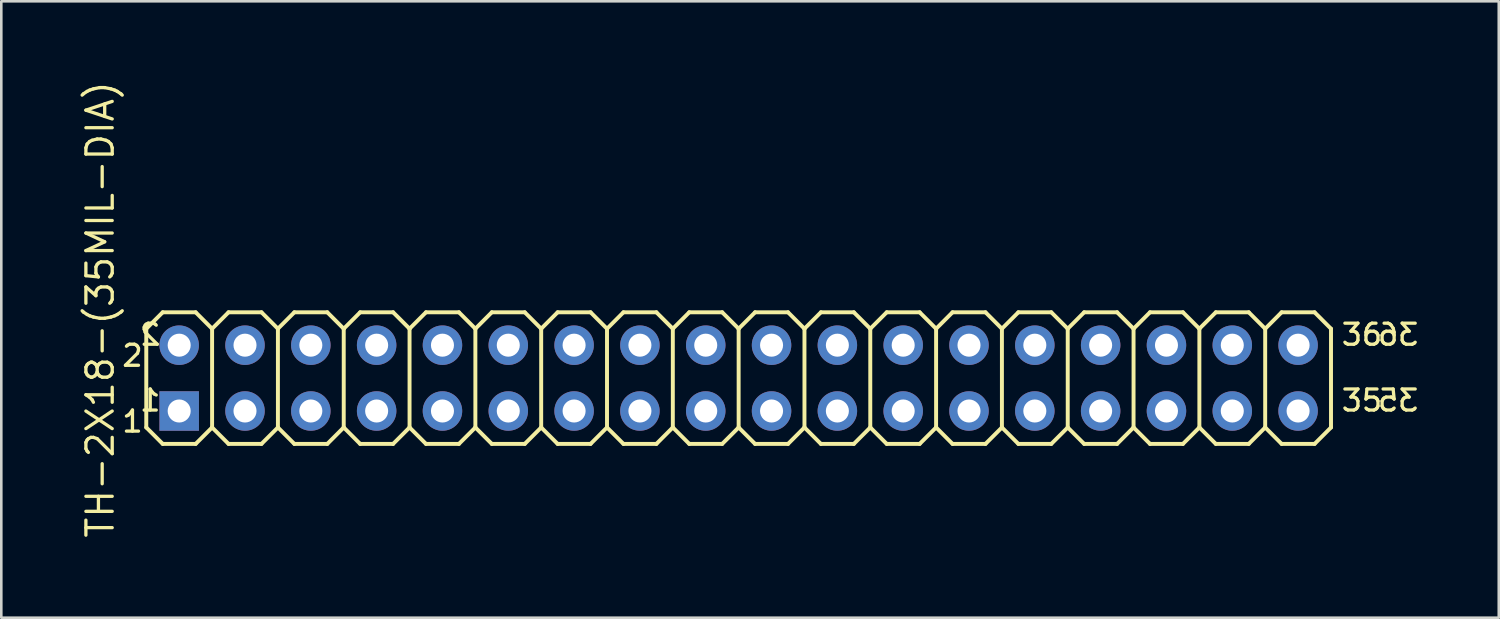
<source format=kicad_pcb>
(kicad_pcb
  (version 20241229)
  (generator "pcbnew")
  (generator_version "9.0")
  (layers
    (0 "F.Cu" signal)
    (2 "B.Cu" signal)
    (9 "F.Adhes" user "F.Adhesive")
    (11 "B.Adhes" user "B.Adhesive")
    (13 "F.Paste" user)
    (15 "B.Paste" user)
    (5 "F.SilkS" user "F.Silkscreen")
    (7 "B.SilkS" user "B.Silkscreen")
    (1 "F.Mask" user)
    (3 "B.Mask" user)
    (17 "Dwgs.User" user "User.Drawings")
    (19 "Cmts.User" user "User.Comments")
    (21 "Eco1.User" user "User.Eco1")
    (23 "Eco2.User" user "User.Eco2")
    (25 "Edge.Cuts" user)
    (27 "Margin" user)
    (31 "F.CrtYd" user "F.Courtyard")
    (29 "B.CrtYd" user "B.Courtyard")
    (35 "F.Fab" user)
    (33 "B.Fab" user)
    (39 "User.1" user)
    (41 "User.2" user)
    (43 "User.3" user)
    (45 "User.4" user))
  (footprint "TH-2X18-(35MIL-DIA)"
    (layer "F.Cu")
    (at 25.455 11.541)
    (property "Reference" "TH-2X18-(35MIL-DIA)" (at -24.638 -2.647 90) (layer "F.SilkS") (effects (font (size 1.016 1.016) (thickness 0.127))))
    (attr exclude_from_pos_files exclude_from_bom)
    (fp_line (start -22.86 -1.905) (end -22.225 -2.54) (stroke (width 0.152) (type solid)) (layer "F.SilkS"))
    (fp_line (start -22.86 1.905) (end -22.86 -1.905) (stroke (width 0.152) (type solid)) (layer "F.SilkS"))
    (fp_line (start -22.86 1.905) (end -22.225 2.54) (stroke (width 0.152) (type solid)) (layer "F.SilkS"))
    (fp_line (start -22.225 -2.54) (end -20.955 -2.54) (stroke (width 0.152) (type solid)) (layer "F.SilkS"))
    (fp_line (start -22.225 2.54) (end -20.955 2.54) (stroke (width 0.152) (type solid)) (layer "F.SilkS"))
    (fp_line (start -20.955 -2.54) (end -20.32 -1.905) (stroke (width 0.152) (type solid)) (layer "F.SilkS"))
    (fp_line (start -20.955 2.54) (end -20.32 1.905) (stroke (width 0.152) (type solid)) (layer "F.SilkS"))
    (fp_line (start -20.32 -1.905) (end -20.32 1.905) (stroke (width 0.152) (type solid)) (layer "F.SilkS"))
    (fp_line (start -20.32 -1.905) (end -19.685 -2.54) (stroke (width 0.152) (type solid)) (layer "F.SilkS"))
    (fp_line (start -20.32 1.905) (end -19.685 2.54) (stroke (width 0.152) (type solid)) (layer "F.SilkS"))
    (fp_line (start -19.685 -2.54) (end -18.415 -2.54) (stroke (width 0.152) (type solid)) (layer "F.SilkS"))
    (fp_line (start -19.685 2.54) (end -18.415 2.54) (stroke (width 0.152) (type solid)) (layer "F.SilkS"))
    (fp_line (start -18.415 -2.54) (end -17.78 -1.905) (stroke (width 0.152) (type solid)) (layer "F.SilkS"))
    (fp_line (start -18.415 2.54) (end -17.78 1.905) (stroke (width 0.152) (type solid)) (layer "F.SilkS"))
    (fp_line (start -17.78 -1.905) (end -17.78 1.905) (stroke (width 0.152) (type solid)) (layer "F.SilkS"))
    (fp_line (start -17.78 -1.905) (end -17.145 -2.54) (stroke (width 0.152) (type solid)) (layer "F.SilkS"))
    (fp_line (start -17.78 1.905) (end -17.145 2.54) (stroke (width 0.152) (type solid)) (layer "F.SilkS"))
    (fp_line (start -17.145 -2.54) (end -15.875 -2.54) (stroke (width 0.152) (type solid)) (layer "F.SilkS"))
    (fp_line (start -17.145 2.54) (end -15.875 2.54) (stroke (width 0.152) (type solid)) (layer "F.SilkS"))
    (fp_line (start -15.875 -2.54) (end -15.24 -1.905) (stroke (width 0.152) (type solid)) (layer "F.SilkS"))
    (fp_line (start -15.875 2.54) (end -15.24 1.905) (stroke (width 0.152) (type solid)) (layer "F.SilkS"))
    (fp_line (start -15.24 -1.905) (end -15.24 1.905) (stroke (width 0.152) (type solid)) (layer "F.SilkS"))
    (fp_line (start -15.24 -1.905) (end -14.605 -2.54) (stroke (width 0.152) (type solid)) (layer "F.SilkS"))
    (fp_line (start -15.24 1.905) (end -14.605 2.54) (stroke (width 0.152) (type solid)) (layer "F.SilkS"))
    (fp_line (start -14.605 -2.54) (end -13.335 -2.54) (stroke (width 0.152) (type solid)) (layer "F.SilkS"))
    (fp_line (start -14.605 2.54) (end -13.335 2.54) (stroke (width 0.152) (type solid)) (layer "F.SilkS"))
    (fp_line (start -13.335 -2.54) (end -12.7 -1.905) (stroke (width 0.152) (type solid)) (layer "F.SilkS"))
    (fp_line (start -13.335 2.54) (end -12.7 1.905) (stroke (width 0.152) (type solid)) (layer "F.SilkS"))
    (fp_line (start -12.7 -1.905) (end -12.7 1.905) (stroke (width 0.152) (type solid)) (layer "F.SilkS"))
    (fp_line (start -12.7 -1.905) (end -12.065 -2.54) (stroke (width 0.152) (type solid)) (layer "F.SilkS"))
    (fp_line (start -12.7 1.905) (end -12.065 2.54) (stroke (width 0.152) (type solid)) (layer "F.SilkS"))
    (fp_line (start -12.065 -2.54) (end -10.795 -2.54) (stroke (width 0.152) (type solid)) (layer "F.SilkS"))
    (fp_line (start -12.065 2.54) (end -10.795 2.54) (stroke (width 0.152) (type solid)) (layer "F.SilkS"))
    (fp_line (start -10.795 -2.54) (end -10.16 -1.905) (stroke (width 0.152) (type solid)) (layer "F.SilkS"))
    (fp_line (start -10.795 2.54) (end -10.16 1.905) (stroke (width 0.152) (type solid)) (layer "F.SilkS"))
    (fp_line (start -10.16 -1.905) (end -10.16 1.905) (stroke (width 0.152) (type solid)) (layer "F.SilkS"))
    (fp_line (start -10.16 -1.905) (end -9.525 -2.54) (stroke (width 0.152) (type solid)) (layer "F.SilkS"))
    (fp_line (start -10.16 1.905) (end -9.525 2.54) (stroke (width 0.152) (type solid)) (layer "F.SilkS"))
    (fp_line (start -9.525 -2.54) (end -8.255 -2.54) (stroke (width 0.152) (type solid)) (layer "F.SilkS"))
    (fp_line (start -9.525 2.54) (end -8.255 2.54) (stroke (width 0.152) (type solid)) (layer "F.SilkS"))
    (fp_line (start -8.255 -2.54) (end -7.62 -1.905) (stroke (width 0.152) (type solid)) (layer "F.SilkS"))
    (fp_line (start -8.255 2.54) (end -7.62 1.905) (stroke (width 0.152) (type solid)) (layer "F.SilkS"))
    (fp_line (start -7.62 -1.905) (end -7.62 1.905) (stroke (width 0.152) (type solid)) (layer "F.SilkS"))
    (fp_line (start -7.62 -1.905) (end -6.985 -2.54) (stroke (width 0.152) (type solid)) (layer "F.SilkS"))
    (fp_line (start -7.62 1.905) (end -6.985 2.54) (stroke (width 0.152) (type solid)) (layer "F.SilkS"))
    (fp_line (start -6.985 -2.54) (end -5.715 -2.54) (stroke (width 0.152) (type solid)) (layer "F.SilkS"))
    (fp_line (start -5.715 -2.54) (end -5.08 -1.905) (stroke (width 0.152) (type solid)) (layer "F.SilkS"))
    (fp_line (start -5.715 2.54) (end -6.985 2.54) (stroke (width 0.152) (type solid)) (layer "F.SilkS"))
    (fp_line (start -5.08 -1.905) (end -5.08 1.905) (stroke (width 0.152) (type solid)) (layer "F.SilkS"))
    (fp_line (start -5.08 -1.905) (end -4.445 -2.54) (stroke (width 0.152) (type solid)) (layer "F.SilkS"))
    (fp_line (start -5.08 1.905) (end -5.715 2.54) (stroke (width 0.152) (type solid)) (layer "F.SilkS"))
    (fp_line (start -5.08 1.905) (end -4.445 2.54) (stroke (width 0.152) (type solid)) (layer "F.SilkS"))
    (fp_line (start -4.445 -2.54) (end -3.175 -2.54) (stroke (width 0.152) (type solid)) (layer "F.SilkS"))
    (fp_line (start -3.175 -2.54) (end -2.54 -1.905) (stroke (width 0.152) (type solid)) (layer "F.SilkS"))
    (fp_line (start -3.175 2.54) (end -4.445 2.54) (stroke (width 0.152) (type solid)) (layer "F.SilkS"))
    (fp_line (start -2.54 -1.905) (end -2.54 1.905) (stroke (width 0.152) (type solid)) (layer "F.SilkS"))
    (fp_line (start -2.54 -1.905) (end -1.905 -2.54) (stroke (width 0.152) (type solid)) (layer "F.SilkS"))
    (fp_line (start -2.54 1.905) (end -3.175 2.54) (stroke (width 0.152) (type solid)) (layer "F.SilkS"))
    (fp_line (start -2.54 1.905) (end -1.905 2.54) (stroke (width 0.152) (type solid)) (layer "F.SilkS"))
    (fp_line (start -1.905 -2.54) (end -0.635 -2.54) (stroke (width 0.152) (type solid)) (layer "F.SilkS"))
    (fp_line (start -0.635 -2.54) (end 0 -1.905) (stroke (width 0.152) (type solid)) (layer "F.SilkS"))
    (fp_line (start -0.635 2.54) (end -1.905 2.54) (stroke (width 0.152) (type solid)) (layer "F.SilkS"))
    (fp_line (start 0 -1.905) (end 0 1.905) (stroke (width 0.152) (type solid)) (layer "F.SilkS"))
    (fp_line (start 0 -1.905) (end 0.635 -2.54) (stroke (width 0.152) (type solid)) (layer "F.SilkS"))
    (fp_line (start 0 1.905) (end -0.635 2.54) (stroke (width 0.152) (type solid)) (layer "F.SilkS"))
    (fp_line (start 0 1.905) (end 0.635 2.54) (stroke (width 0.152) (type solid)) (layer "F.SilkS"))
    (fp_line (start 0.635 -2.54) (end 1.905 -2.54) (stroke (width 0.152) (type solid)) (layer "F.SilkS"))
    (fp_line (start 1.905 -2.54) (end 2.54 -1.905) (stroke (width 0.152) (type solid)) (layer "F.SilkS"))
    (fp_line (start 1.905 2.54) (end 0.635 2.54) (stroke (width 0.152) (type solid)) (layer "F.SilkS"))
    (fp_line (start 2.54 -1.905) (end 2.54 1.905) (stroke (width 0.152) (type solid)) (layer "F.SilkS"))
    (fp_line (start 2.54 -1.905) (end 3.175 -2.54) (stroke (width 0.152) (type solid)) (layer "F.SilkS"))
    (fp_line (start 2.54 1.905) (end 1.905 2.54) (stroke (width 0.152) (type solid)) (layer "F.SilkS"))
    (fp_line (start 2.54 1.905) (end 3.175 2.54) (stroke (width 0.152) (type solid)) (layer "F.SilkS"))
    (fp_line (start 3.175 -2.54) (end 4.445 -2.54) (stroke (width 0.152) (type solid)) (layer "F.SilkS"))
    (fp_line (start 4.445 -2.54) (end 5.08 -1.905) (stroke (width 0.152) (type solid)) (layer "F.SilkS"))
    (fp_line (start 4.445 2.54) (end 3.175 2.54) (stroke (width 0.152) (type solid)) (layer "F.SilkS"))
    (fp_line (start 5.08 -1.905) (end 5.08 1.905) (stroke (width 0.152) (type solid)) (layer "F.SilkS"))
    (fp_line (start 5.08 -1.905) (end 5.715 -2.54) (stroke (width 0.152) (type solid)) (layer "F.SilkS"))
    (fp_line (start 5.08 1.905) (end 4.445 2.54) (stroke (width 0.152) (type solid)) (layer "F.SilkS"))
    (fp_line (start 5.08 1.905) (end 5.715 2.54) (stroke (width 0.152) (type solid)) (layer "F.SilkS"))
    (fp_line (start 5.715 -2.54) (end 6.985 -2.54) (stroke (width 0.152) (type solid)) (layer "F.SilkS"))
    (fp_line (start 6.985 2.54) (end 5.715 2.54) (stroke (width 0.152) (type solid)) (layer "F.SilkS"))
    (fp_line (start 7.62 -1.905) (end 6.985 -2.54) (stroke (width 0.152) (type solid)) (layer "F.SilkS"))
    (fp_line (start 7.62 -1.905) (end 7.62 1.905) (stroke (width 0.152) (type solid)) (layer "F.SilkS"))
    (fp_line (start 7.62 -1.905) (end 8.255 -2.54) (stroke (width 0.152) (type solid)) (layer "F.SilkS"))
    (fp_line (start 7.62 1.905) (end 6.985 2.54) (stroke (width 0.152) (type solid)) (layer "F.SilkS"))
    (fp_line (start 7.62 1.905) (end 8.255 2.54) (stroke (width 0.152) (type solid)) (layer "F.SilkS"))
    (fp_line (start 9.525 -2.54) (end 8.255 -2.54) (stroke (width 0.152) (type solid)) (layer "F.SilkS"))
    (fp_line (start 9.525 -2.54) (end 10.16 -1.905) (stroke (width 0.152) (type solid)) (layer "F.SilkS"))
    (fp_line (start 9.525 2.54) (end 8.255 2.54) (stroke (width 0.152) (type solid)) (layer "F.SilkS"))
    (fp_line (start 10.16 -1.905) (end 10.16 1.905) (stroke (width 0.152) (type solid)) (layer "F.SilkS"))
    (fp_line (start 10.16 -1.905) (end 10.795 -2.54) (stroke (width 0.152) (type solid)) (layer "F.SilkS"))
    (fp_line (start 10.16 1.905) (end 9.525 2.54) (stroke (width 0.152) (type solid)) (layer "F.SilkS"))
    (fp_line (start 10.16 1.905) (end 10.795 2.54) (stroke (width 0.152) (type solid)) (layer "F.SilkS"))
    (fp_line (start 12.065 -2.54) (end 10.795 -2.54) (stroke (width 0.152) (type solid)) (layer "F.SilkS"))
    (fp_line (start 12.065 -2.54) (end 12.7 -1.905) (stroke (width 0.152) (type solid)) (layer "F.SilkS"))
    (fp_line (start 12.065 2.54) (end 10.795 2.54) (stroke (width 0.152) (type solid)) (layer "F.SilkS"))
    (fp_line (start 12.7 -1.905) (end 12.7 1.905) (stroke (width 0.152) (type solid)) (layer "F.SilkS"))
    (fp_line (start 12.7 -1.905) (end 13.335 -2.54) (stroke (width 0.152) (type solid)) (layer "F.SilkS"))
    (fp_line (start 12.7 1.905) (end 12.065 2.54) (stroke (width 0.152) (type solid)) (layer "F.SilkS"))
    (fp_line (start 13.335 2.54) (end 12.7 1.905) (stroke (width 0.152) (type solid)) (layer "F.SilkS"))
    (fp_line (start 13.335 2.54) (end 14.605 2.54) (stroke (width 0.152) (type solid)) (layer "F.SilkS"))
    (fp_line (start 14.605 -2.54) (end 13.335 -2.54) (stroke (width 0.152) (type solid)) (layer "F.SilkS"))
    (fp_line (start 14.605 -2.54) (end 15.24 -1.905) (stroke (width 0.152) (type solid)) (layer "F.SilkS"))
    (fp_line (start 15.24 -1.905) (end 15.24 1.905) (stroke (width 0.152) (type solid)) (layer "F.SilkS"))
    (fp_line (start 15.24 -1.905) (end 15.875 -2.54) (stroke (width 0.152) (type solid)) (layer "F.SilkS"))
    (fp_line (start 15.24 1.905) (end 14.605 2.54) (stroke (width 0.152) (type solid)) (layer "F.SilkS"))
    (fp_line (start 15.875 2.54) (end 15.24 1.905) (stroke (width 0.152) (type solid)) (layer "F.SilkS"))
    (fp_line (start 15.875 2.54) (end 17.145 2.54) (stroke (width 0.152) (type solid)) (layer "F.SilkS"))
    (fp_line (start 17.145 -2.54) (end 15.875 -2.54) (stroke (width 0.152) (type solid)) (layer "F.SilkS"))
    (fp_line (start 17.145 -2.54) (end 17.78 -1.905) (stroke (width 0.152) (type solid)) (layer "F.SilkS"))
    (fp_line (start 17.78 -1.905) (end 17.78 1.905) (stroke (width 0.152) (type solid)) (layer "F.SilkS"))
    (fp_line (start 17.78 -1.905) (end 18.415 -2.54) (stroke (width 0.152) (type solid)) (layer "F.SilkS"))
    (fp_line (start 17.78 1.905) (end 17.145 2.54) (stroke (width 0.152) (type solid)) (layer "F.SilkS"))
    (fp_line (start 17.78 1.905) (end 18.415 2.54) (stroke (width 0.152) (type solid)) (layer "F.SilkS"))
    (fp_line (start 19.685 -2.54) (end 18.415 -2.54) (stroke (width 0.152) (type solid)) (layer "F.SilkS"))
    (fp_line (start 19.685 -2.54) (end 20.32 -1.905) (stroke (width 0.152) (type solid)) (layer "F.SilkS"))
    (fp_line (start 19.685 2.54) (end 18.415 2.54) (stroke (width 0.152) (type solid)) (layer "F.SilkS"))
    (fp_line (start 20.32 -1.905) (end 20.32 1.905) (stroke (width 0.152) (type solid)) (layer "F.SilkS"))
    (fp_line (start 20.32 -1.905) (end 20.955 -2.54) (stroke (width 0.152) (type solid)) (layer "F.SilkS"))
    (fp_line (start 20.32 1.905) (end 19.685 2.54) (stroke (width 0.152) (type solid)) (layer "F.SilkS"))
    (fp_line (start 20.32 1.905) (end 20.955 2.54) (stroke (width 0.152) (type solid)) (layer "F.SilkS"))
    (fp_line (start 22.225 -2.54) (end 20.955 -2.54) (stroke (width 0.152) (type solid)) (layer "F.SilkS"))
    (fp_line (start 22.225 -2.54) (end 22.86 -1.905) (stroke (width 0.152) (type solid)) (layer "F.SilkS"))
    (fp_line (start 22.225 2.54) (end 20.955 2.54) (stroke (width 0.152) (type solid)) (layer "F.SilkS"))
    (fp_line (start 22.86 -1.905) (end 22.86 1.905) (stroke (width 0.152) (type solid)) (layer "F.SilkS"))
    (fp_line (start 22.86 1.905) (end 22.225 2.54) (stroke (width 0.152) (type solid)) (layer "F.SilkS"))
    (fp_line (start -21.844 -1.524) (end -21.336 -1.524) (stroke (width 0.066) (type solid)) (layer "Dwgs.User"))
    (fp_line (start -21.844 -1.016) (end -21.844 -1.524) (stroke (width 0.066) (type solid)) (layer "Dwgs.User"))
    (fp_line (start -21.844 -1.016) (end -21.336 -1.016) (stroke (width 0.066) (type solid)) (layer "Dwgs.User"))
    (fp_line (start -21.844 1.016) (end -21.336 1.016) (stroke (width 0.066) (type solid)) (layer "Dwgs.User"))
    (fp_line (start -21.844 1.524) (end -21.844 1.016) (stroke (width 0.066) (type solid)) (layer "Dwgs.User"))
    (fp_line (start -21.844 1.524) (end -21.336 1.524) (stroke (width 0.066) (type solid)) (layer "Dwgs.User"))
    (fp_line (start -21.336 -1.016) (end -21.336 -1.524) (stroke (width 0.066) (type solid)) (layer "Dwgs.User"))
    (fp_line (start -21.336 1.524) (end -21.336 1.016) (stroke (width 0.066) (type solid)) (layer "Dwgs.User"))
    (fp_line (start -19.304 -1.524) (end -18.796 -1.524) (stroke (width 0.066) (type solid)) (layer "Dwgs.User"))
    (fp_line (start -19.304 -1.016) (end -19.304 -1.524) (stroke (width 0.066) (type solid)) (layer "Dwgs.User"))
    (fp_line (start -19.304 -1.016) (end -18.796 -1.016) (stroke (width 0.066) (type solid)) (layer "Dwgs.User"))
    (fp_line (start -19.304 1.016) (end -18.796 1.016) (stroke (width 0.066) (type solid)) (layer "Dwgs.User"))
    (fp_line (start -19.304 1.524) (end -19.304 1.016) (stroke (width 0.066) (type solid)) (layer "Dwgs.User"))
    (fp_line (start -19.304 1.524) (end -18.796 1.524) (stroke (width 0.066) (type solid)) (layer "Dwgs.User"))
    (fp_line (start -18.796 -1.016) (end -18.796 -1.524) (stroke (width 0.066) (type solid)) (layer "Dwgs.User"))
    (fp_line (start -18.796 1.524) (end -18.796 1.016) (stroke (width 0.066) (type solid)) (layer "Dwgs.User"))
    (fp_line (start -16.764 -1.524) (end -16.256 -1.524) (stroke (width 0.066) (type solid)) (layer "Dwgs.User"))
    (fp_line (start -16.764 -1.016) (end -16.764 -1.524) (stroke (width 0.066) (type solid)) (layer "Dwgs.User"))
    (fp_line (start -16.764 -1.016) (end -16.256 -1.016) (stroke (width 0.066) (type solid)) (layer "Dwgs.User"))
    (fp_line (start -16.764 1.016) (end -16.256 1.016) (stroke (width 0.066) (type solid)) (layer "Dwgs.User"))
    (fp_line (start -16.764 1.524) (end -16.764 1.016) (stroke (width 0.066) (type solid)) (layer "Dwgs.User"))
    (fp_line (start -16.764 1.524) (end -16.256 1.524) (stroke (width 0.066) (type solid)) (layer "Dwgs.User"))
    (fp_line (start -16.256 -1.016) (end -16.256 -1.524) (stroke (width 0.066) (type solid)) (layer "Dwgs.User"))
    (fp_line (start -16.256 1.524) (end -16.256 1.016) (stroke (width 0.066) (type solid)) (layer "Dwgs.User"))
    (fp_line (start -14.224 -1.524) (end -13.716 -1.524) (stroke (width 0.066) (type solid)) (layer "Dwgs.User"))
    (fp_line (start -14.224 -1.016) (end -14.224 -1.524) (stroke (width 0.066) (type solid)) (layer "Dwgs.User"))
    (fp_line (start -14.224 -1.016) (end -13.716 -1.016) (stroke (width 0.066) (type solid)) (layer "Dwgs.User"))
    (fp_line (start -14.224 1.016) (end -13.716 1.016) (stroke (width 0.066) (type solid)) (layer "Dwgs.User"))
    (fp_line (start -14.224 1.524) (end -14.224 1.016) (stroke (width 0.066) (type solid)) (layer "Dwgs.User"))
    (fp_line (start -14.224 1.524) (end -13.716 1.524) (stroke (width 0.066) (type solid)) (layer "Dwgs.User"))
    (fp_line (start -13.716 -1.016) (end -13.716 -1.524) (stroke (width 0.066) (type solid)) (layer "Dwgs.User"))
    (fp_line (start -13.716 1.524) (end -13.716 1.016) (stroke (width 0.066) (type solid)) (layer "Dwgs.User"))
    (fp_line (start -11.684 -1.524) (end -11.176 -1.524) (stroke (width 0.066) (type solid)) (layer "Dwgs.User"))
    (fp_line (start -11.684 -1.016) (end -11.684 -1.524) (stroke (width 0.066) (type solid)) (layer "Dwgs.User"))
    (fp_line (start -11.684 -1.016) (end -11.176 -1.016) (stroke (width 0.066) (type solid)) (layer "Dwgs.User"))
    (fp_line (start -11.684 1.016) (end -11.176 1.016) (stroke (width 0.066) (type solid)) (layer "Dwgs.User"))
    (fp_line (start -11.684 1.524) (end -11.684 1.016) (stroke (width 0.066) (type solid)) (layer "Dwgs.User"))
    (fp_line (start -11.684 1.524) (end -11.176 1.524) (stroke (width 0.066) (type solid)) (layer "Dwgs.User"))
    (fp_line (start -11.176 -1.016) (end -11.176 -1.524) (stroke (width 0.066) (type solid)) (layer "Dwgs.User"))
    (fp_line (start -11.176 1.524) (end -11.176 1.016) (stroke (width 0.066) (type solid)) (layer "Dwgs.User"))
    (fp_line (start -9.144 -1.524) (end -8.636 -1.524) (stroke (width 0.066) (type solid)) (layer "Dwgs.User"))
    (fp_line (start -9.144 -1.016) (end -9.144 -1.524) (stroke (width 0.066) (type solid)) (layer "Dwgs.User"))
    (fp_line (start -9.144 -1.016) (end -8.636 -1.016) (stroke (width 0.066) (type solid)) (layer "Dwgs.User"))
    (fp_line (start -9.144 1.016) (end -8.636 1.016) (stroke (width 0.066) (type solid)) (layer "Dwgs.User"))
    (fp_line (start -9.144 1.524) (end -9.144 1.016) (stroke (width 0.066) (type solid)) (layer "Dwgs.User"))
    (fp_line (start -9.144 1.524) (end -8.636 1.524) (stroke (width 0.066) (type solid)) (layer "Dwgs.User"))
    (fp_line (start -8.636 -1.016) (end -8.636 -1.524) (stroke (width 0.066) (type solid)) (layer "Dwgs.User"))
    (fp_line (start -8.636 1.524) (end -8.636 1.016) (stroke (width 0.066) (type solid)) (layer "Dwgs.User"))
    (fp_line (start -6.604 -1.524) (end -6.096 -1.524) (stroke (width 0.066) (type solid)) (layer "Dwgs.User"))
    (fp_line (start -6.604 -1.016) (end -6.604 -1.524) (stroke (width 0.066) (type solid)) (layer "Dwgs.User"))
    (fp_line (start -6.604 -1.016) (end -6.096 -1.016) (stroke (width 0.066) (type solid)) (layer "Dwgs.User"))
    (fp_line (start -6.604 1.016) (end -6.096 1.016) (stroke (width 0.066) (type solid)) (layer "Dwgs.User"))
    (fp_line (start -6.604 1.524) (end -6.604 1.016) (stroke (width 0.066) (type solid)) (layer "Dwgs.User"))
    (fp_line (start -6.604 1.524) (end -6.096 1.524) (stroke (width 0.066) (type solid)) (layer "Dwgs.User"))
    (fp_line (start -6.096 -1.016) (end -6.096 -1.524) (stroke (width 0.066) (type solid)) (layer "Dwgs.User"))
    (fp_line (start -6.096 1.524) (end -6.096 1.016) (stroke (width 0.066) (type solid)) (layer "Dwgs.User"))
    (fp_line (start -4.064 -1.524) (end -3.556 -1.524) (stroke (width 0.066) (type solid)) (layer "Dwgs.User"))
    (fp_line (start -4.064 -1.016) (end -4.064 -1.524) (stroke (width 0.066) (type solid)) (layer "Dwgs.User"))
    (fp_line (start -4.064 -1.016) (end -3.556 -1.016) (stroke (width 0.066) (type solid)) (layer "Dwgs.User"))
    (fp_line (start -4.064 1.016) (end -3.556 1.016) (stroke (width 0.066) (type solid)) (layer "Dwgs.User"))
    (fp_line (start -4.064 1.524) (end -4.064 1.016) (stroke (width 0.066) (type solid)) (layer "Dwgs.User"))
    (fp_line (start -4.064 1.524) (end -3.556 1.524) (stroke (width 0.066) (type solid)) (layer "Dwgs.User"))
    (fp_line (start -3.556 -1.016) (end -3.556 -1.524) (stroke (width 0.066) (type solid)) (layer "Dwgs.User"))
    (fp_line (start -3.556 1.524) (end -3.556 1.016) (stroke (width 0.066) (type solid)) (layer "Dwgs.User"))
    (fp_line (start -1.524 -1.524) (end -1.016 -1.524) (stroke (width 0.066) (type solid)) (layer "Dwgs.User"))
    (fp_line (start -1.524 -1.016) (end -1.524 -1.524) (stroke (width 0.066) (type solid)) (layer "Dwgs.User"))
    (fp_line (start -1.524 -1.016) (end -1.016 -1.016) (stroke (width 0.066) (type solid)) (layer "Dwgs.User"))
    (fp_line (start -1.524 1.016) (end -1.016 1.016) (stroke (width 0.066) (type solid)) (layer "Dwgs.User"))
    (fp_line (start -1.524 1.524) (end -1.524 1.016) (stroke (width 0.066) (type solid)) (layer "Dwgs.User"))
    (fp_line (start -1.524 1.524) (end -1.016 1.524) (stroke (width 0.066) (type solid)) (layer "Dwgs.User"))
    (fp_line (start -1.016 -1.016) (end -1.016 -1.524) (stroke (width 0.066) (type solid)) (layer "Dwgs.User"))
    (fp_line (start -1.016 1.524) (end -1.016 1.016) (stroke (width 0.066) (type solid)) (layer "Dwgs.User"))
    (fp_line (start 1.016 -1.524) (end 1.524 -1.524) (stroke (width 0.066) (type solid)) (layer "Dwgs.User"))
    (fp_line (start 1.016 -1.016) (end 1.016 -1.524) (stroke (width 0.066) (type solid)) (layer "Dwgs.User"))
    (fp_line (start 1.016 -1.016) (end 1.524 -1.016) (stroke (width 0.066) (type solid)) (layer "Dwgs.User"))
    (fp_line (start 1.016 1.016) (end 1.524 1.016) (stroke (width 0.066) (type solid)) (layer "Dwgs.User"))
    (fp_line (start 1.016 1.524) (end 1.016 1.016) (stroke (width 0.066) (type solid)) (layer "Dwgs.User"))
    (fp_line (start 1.016 1.524) (end 1.524 1.524) (stroke (width 0.066) (type solid)) (layer "Dwgs.User"))
    (fp_line (start 1.524 -1.016) (end 1.524 -1.524) (stroke (width 0.066) (type solid)) (layer "Dwgs.User"))
    (fp_line (start 1.524 1.524) (end 1.524 1.016) (stroke (width 0.066) (type solid)) (layer "Dwgs.User"))
    (fp_line (start 3.556 -1.524) (end 4.064 -1.524) (stroke (width 0.066) (type solid)) (layer "Dwgs.User"))
    (fp_line (start 3.556 -1.016) (end 3.556 -1.524) (stroke (width 0.066) (type solid)) (layer "Dwgs.User"))
    (fp_line (start 3.556 -1.016) (end 4.064 -1.016) (stroke (width 0.066) (type solid)) (layer "Dwgs.User"))
    (fp_line (start 3.556 1.016) (end 4.064 1.016) (stroke (width 0.066) (type solid)) (layer "Dwgs.User"))
    (fp_line (start 3.556 1.524) (end 3.556 1.016) (stroke (width 0.066) (type solid)) (layer "Dwgs.User"))
    (fp_line (start 3.556 1.524) (end 4.064 1.524) (stroke (width 0.066) (type solid)) (layer "Dwgs.User"))
    (fp_line (start 4.064 -1.016) (end 4.064 -1.524) (stroke (width 0.066) (type solid)) (layer "Dwgs.User"))
    (fp_line (start 4.064 1.524) (end 4.064 1.016) (stroke (width 0.066) (type solid)) (layer "Dwgs.User"))
    (fp_line (start 6.096 -1.524) (end 6.604 -1.524) (stroke (width 0.066) (type solid)) (layer "Dwgs.User"))
    (fp_line (start 6.096 -1.016) (end 6.096 -1.524) (stroke (width 0.066) (type solid)) (layer "Dwgs.User"))
    (fp_line (start 6.096 -1.016) (end 6.604 -1.016) (stroke (width 0.066) (type solid)) (layer "Dwgs.User"))
    (fp_line (start 6.096 1.016) (end 6.604 1.016) (stroke (width 0.066) (type solid)) (layer "Dwgs.User"))
    (fp_line (start 6.096 1.524) (end 6.096 1.016) (stroke (width 0.066) (type solid)) (layer "Dwgs.User"))
    (fp_line (start 6.096 1.524) (end 6.604 1.524) (stroke (width 0.066) (type solid)) (layer "Dwgs.User"))
    (fp_line (start 6.604 -1.016) (end 6.604 -1.524) (stroke (width 0.066) (type solid)) (layer "Dwgs.User"))
    (fp_line (start 6.604 1.524) (end 6.604 1.016) (stroke (width 0.066) (type solid)) (layer "Dwgs.User"))
    (fp_line (start 8.636 -1.524) (end 9.144 -1.524) (stroke (width 0.066) (type solid)) (layer "Dwgs.User"))
    (fp_line (start 8.636 -1.016) (end 8.636 -1.524) (stroke (width 0.066) (type solid)) (layer "Dwgs.User"))
    (fp_line (start 8.636 -1.016) (end 9.144 -1.016) (stroke (width 0.066) (type solid)) (layer "Dwgs.User"))
    (fp_line (start 8.636 1.016) (end 9.144 1.016) (stroke (width 0.066) (type solid)) (layer "Dwgs.User"))
    (fp_line (start 8.636 1.524) (end 8.636 1.016) (stroke (width 0.066) (type solid)) (layer "Dwgs.User"))
    (fp_line (start 8.636 1.524) (end 9.144 1.524) (stroke (width 0.066) (type solid)) (layer "Dwgs.User"))
    (fp_line (start 9.144 -1.016) (end 9.144 -1.524) (stroke (width 0.066) (type solid)) (layer "Dwgs.User"))
    (fp_line (start 9.144 1.524) (end 9.144 1.016) (stroke (width 0.066) (type solid)) (layer "Dwgs.User"))
    (fp_line (start 11.176 -1.524) (end 11.684 -1.524) (stroke (width 0.066) (type solid)) (layer "Dwgs.User"))
    (fp_line (start 11.176 -1.016) (end 11.176 -1.524) (stroke (width 0.066) (type solid)) (layer "Dwgs.User"))
    (fp_line (start 11.176 -1.016) (end 11.684 -1.016) (stroke (width 0.066) (type solid)) (layer "Dwgs.User"))
    (fp_line (start 11.176 1.016) (end 11.684 1.016) (stroke (width 0.066) (type solid)) (layer "Dwgs.User"))
    (fp_line (start 11.176 1.524) (end 11.176 1.016) (stroke (width 0.066) (type solid)) (layer "Dwgs.User"))
    (fp_line (start 11.176 1.524) (end 11.684 1.524) (stroke (width 0.066) (type solid)) (layer "Dwgs.User"))
    (fp_line (start 11.684 -1.016) (end 11.684 -1.524) (stroke (width 0.066) (type solid)) (layer "Dwgs.User"))
    (fp_line (start 11.684 1.524) (end 11.684 1.016) (stroke (width 0.066) (type solid)) (layer "Dwgs.User"))
    (fp_line (start 13.716 -1.524) (end 14.224 -1.524) (stroke (width 0.066) (type solid)) (layer "Dwgs.User"))
    (fp_line (start 13.716 -1.016) (end 13.716 -1.524) (stroke (width 0.066) (type solid)) (layer "Dwgs.User"))
    (fp_line (start 13.716 -1.016) (end 14.224 -1.016) (stroke (width 0.066) (type solid)) (layer "Dwgs.User"))
    (fp_line (start 13.716 1.016) (end 14.224 1.016) (stroke (width 0.066) (type solid)) (layer "Dwgs.User"))
    (fp_line (start 13.716 1.524) (end 13.716 1.016) (stroke (width 0.066) (type solid)) (layer "Dwgs.User"))
    (fp_line (start 13.716 1.524) (end 14.224 1.524) (stroke (width 0.066) (type solid)) (layer "Dwgs.User"))
    (fp_line (start 14.224 -1.016) (end 14.224 -1.524) (stroke (width 0.066) (type solid)) (layer "Dwgs.User"))
    (fp_line (start 14.224 1.524) (end 14.224 1.016) (stroke (width 0.066) (type solid)) (layer "Dwgs.User"))
    (fp_line (start 16.256 -1.524) (end 16.764 -1.524) (stroke (width 0.066) (type solid)) (layer "Dwgs.User"))
    (fp_line (start 16.256 -1.016) (end 16.256 -1.524) (stroke (width 0.066) (type solid)) (layer "Dwgs.User"))
    (fp_line (start 16.256 -1.016) (end 16.764 -1.016) (stroke (width 0.066) (type solid)) (layer "Dwgs.User"))
    (fp_line (start 16.256 1.016) (end 16.764 1.016) (stroke (width 0.066) (type solid)) (layer "Dwgs.User"))
    (fp_line (start 16.256 1.524) (end 16.256 1.016) (stroke (width 0.066) (type solid)) (layer "Dwgs.User"))
    (fp_line (start 16.256 1.524) (end 16.764 1.524) (stroke (width 0.066) (type solid)) (layer "Dwgs.User"))
    (fp_line (start 16.764 -1.016) (end 16.764 -1.524) (stroke (width 0.066) (type solid)) (layer "Dwgs.User"))
    (fp_line (start 16.764 1.524) (end 16.764 1.016) (stroke (width 0.066) (type solid)) (layer "Dwgs.User"))
    (fp_line (start 18.796 -1.524) (end 19.304 -1.524) (stroke (width 0.066) (type solid)) (layer "Dwgs.User"))
    (fp_line (start 18.796 -1.016) (end 18.796 -1.524) (stroke (width 0.066) (type solid)) (layer "Dwgs.User"))
    (fp_line (start 18.796 -1.016) (end 19.304 -1.016) (stroke (width 0.066) (type solid)) (layer "Dwgs.User"))
    (fp_line (start 18.796 1.016) (end 19.304 1.016) (stroke (width 0.066) (type solid)) (layer "Dwgs.User"))
    (fp_line (start 18.796 1.524) (end 18.796 1.016) (stroke (width 0.066) (type solid)) (layer "Dwgs.User"))
    (fp_line (start 18.796 1.524) (end 19.304 1.524) (stroke (width 0.066) (type solid)) (layer "Dwgs.User"))
    (fp_line (start 19.304 -1.016) (end 19.304 -1.524) (stroke (width 0.066) (type solid)) (layer "Dwgs.User"))
    (fp_line (start 19.304 1.524) (end 19.304 1.016) (stroke (width 0.066) (type solid)) (layer "Dwgs.User"))
    (fp_line (start 21.336 -1.524) (end 21.844 -1.524) (stroke (width 0.066) (type solid)) (layer "Dwgs.User"))
    (fp_line (start 21.336 -1.016) (end 21.336 -1.524) (stroke (width 0.066) (type solid)) (layer "Dwgs.User"))
    (fp_line (start 21.336 -1.016) (end 21.844 -1.016) (stroke (width 0.066) (type solid)) (layer "Dwgs.User"))
    (fp_line (start 21.336 1.016) (end 21.844 1.016) (stroke (width 0.066) (type solid)) (layer "Dwgs.User"))
    (fp_line (start 21.336 1.524) (end 21.336 1.016) (stroke (width 0.066) (type solid)) (layer "Dwgs.User"))
    (fp_line (start 21.336 1.524) (end 21.844 1.524) (stroke (width 0.066) (type solid)) (layer "Dwgs.User"))
    (fp_line (start 21.844 -1.016) (end 21.844 -1.524) (stroke (width 0.066) (type solid)) (layer "Dwgs.User"))
    (fp_line (start 21.844 1.524) (end 21.844 1.016) (stroke (width 0.066) (type solid)) (layer "Dwgs.User"))
    (fp_text user "35" (at 25.451 0.864 0) (layer "F.SilkS") (effects (font (size 0.813 0.813) (thickness 0.127)) (justify mirror)))
    (fp_text user "2" (at -23.393 -0.864 180) (layer "F.SilkS") (effects (font (size 0.813 0.813) (thickness 0.127))))
    (fp_text user "36" (at 25.451 -1.676 0) (layer "F.SilkS") (effects (font (size 0.813 0.813) (thickness 0.127)) (justify mirror)))
    (fp_text user "1" (at -23.393 1.676 180) (layer "F.SilkS") (effects (font (size 0.813 0.813) (thickness 0.127))))
    (fp_text user "35" (at 24.054 0.864 0) (layer "F.SilkS") (effects (font (size 0.813 0.813) (thickness 0.127))))
    (fp_text user "1" (at -22.708 0.864 0) (layer "F.SilkS") (effects (font (size 0.813 0.813) (thickness 0.127)) (justify mirror)))
    (fp_text user "36" (at 24.054 -1.676 0) (layer "F.SilkS") (effects (font (size 0.813 0.813) (thickness 0.127))))
    (fp_text user "2" (at -22.708 -1.676 0) (layer "F.SilkS") (effects (font (size 0.813 0.813) (thickness 0.127)) (justify mirror)))
    (pad "1" thru_hole rect (at -21.59 1.27) (size 1.524 1.524) (drill 0.889) (layers "*.Cu" "*.Paste" "*.Mask"))
    (pad "2" thru_hole circle (at -21.59 -1.27) (size 1.524 1.524) (drill 0.889) (layers "*.Cu" "*.Paste" "*.Mask"))
    (pad "3" thru_hole circle (at -19.05 1.27) (size 1.524 1.524) (drill 0.889) (layers "*.Cu" "*.Paste" "*.Mask"))
    (pad "4" thru_hole circle (at -19.05 -1.27) (size 1.524 1.524) (drill 0.889) (layers "*.Cu" "*.Paste" "*.Mask"))
    (pad "5" thru_hole circle (at -16.51 1.27) (size 1.524 1.524) (drill 0.889) (layers "*.Cu" "*.Paste" "*.Mask"))
    (pad "6" thru_hole circle (at -16.51 -1.27) (size 1.524 1.524) (drill 0.889) (layers "*.Cu" "*.Paste" "*.Mask"))
    (pad "7" thru_hole circle (at -13.97 1.27) (size 1.524 1.524) (drill 0.889) (layers "*.Cu" "*.Paste" "*.Mask"))
    (pad "8" thru_hole circle (at -13.97 -1.27) (size 1.524 1.524) (drill 0.889) (layers "*.Cu" "*.Paste" "*.Mask"))
    (pad "9" thru_hole circle (at -11.43 1.27) (size 1.524 1.524) (drill 0.889) (layers "*.Cu" "*.Paste" "*.Mask"))
    (pad "10" thru_hole circle (at -11.43 -1.27) (size 1.524 1.524) (drill 0.889) (layers "*.Cu" "*.Paste" "*.Mask"))
    (pad "11" thru_hole circle (at -8.89 1.27) (size 1.524 1.524) (drill 0.889) (layers "*.Cu" "*.Paste" "*.Mask"))
    (pad "12" thru_hole circle (at -8.89 -1.27) (size 1.524 1.524) (drill 0.889) (layers "*.Cu" "*.Paste" "*.Mask"))
    (pad "13" thru_hole circle (at -6.35 1.27) (size 1.524 1.524) (drill 0.889) (layers "*.Cu" "*.Paste" "*.Mask"))
    (pad "14" thru_hole circle (at -6.35 -1.27) (size 1.524 1.524) (drill 0.889) (layers "*.Cu" "*.Paste" "*.Mask"))
    (pad "15" thru_hole circle (at -3.81 1.27) (size 1.524 1.524) (drill 0.889) (layers "*.Cu" "*.Paste" "*.Mask"))
    (pad "16" thru_hole circle (at -3.81 -1.27) (size 1.524 1.524) (drill 0.889) (layers "*.Cu" "*.Paste" "*.Mask"))
    (pad "17" thru_hole circle (at -1.27 1.27) (size 1.524 1.524) (drill 0.889) (layers "*.Cu" "*.Paste" "*.Mask"))
    (pad "18" thru_hole circle (at -1.27 -1.27) (size 1.524 1.524) (drill 0.889) (layers "*.Cu" "*.Paste" "*.Mask"))
    (pad "19" thru_hole circle (at 1.27 1.27) (size 1.524 1.524) (drill 0.889) (layers "*.Cu" "*.Paste" "*.Mask"))
    (pad "20" thru_hole circle (at 1.27 -1.27) (size 1.524 1.524) (drill 0.889) (layers "*.Cu" "*.Paste" "*.Mask"))
    (pad "21" thru_hole circle (at 3.81 1.27) (size 1.524 1.524) (drill 0.889) (layers "*.Cu" "*.Paste" "*.Mask"))
    (pad "22" thru_hole circle (at 3.81 -1.27) (size 1.524 1.524) (drill 0.889) (layers "*.Cu" "*.Paste" "*.Mask"))
    (pad "23" thru_hole circle (at 6.35 1.27) (size 1.524 1.524) (drill 0.889) (layers "*.Cu" "*.Paste" "*.Mask"))
    (pad "24" thru_hole circle (at 6.35 -1.27) (size 1.524 1.524) (drill 0.889) (layers "*.Cu" "*.Paste" "*.Mask"))
    (pad "25" thru_hole circle (at 8.89 1.27) (size 1.524 1.524) (drill 0.889) (layers "*.Cu" "*.Paste" "*.Mask"))
    (pad "26" thru_hole circle (at 8.89 -1.27) (size 1.524 1.524) (drill 0.889) (layers "*.Cu" "*.Paste" "*.Mask"))
    (pad "27" thru_hole circle (at 11.43 1.27) (size 1.524 1.524) (drill 0.889) (layers "*.Cu" "*.Paste" "*.Mask"))
    (pad "28" thru_hole circle (at 11.43 -1.27) (size 1.524 1.524) (drill 0.889) (layers "*.Cu" "*.Paste" "*.Mask"))
    (pad "29" thru_hole circle (at 13.97 1.27) (size 1.524 1.524) (drill 0.889) (layers "*.Cu" "*.Paste" "*.Mask"))
    (pad "30" thru_hole circle (at 13.97 -1.27) (size 1.524 1.524) (drill 0.889) (layers "*.Cu" "*.Paste" "*.Mask"))
    (pad "31" thru_hole circle (at 16.51 1.27) (size 1.524 1.524) (drill 0.889) (layers "*.Cu" "*.Paste" "*.Mask"))
    (pad "32" thru_hole circle (at 16.51 -1.27) (size 1.524 1.524) (drill 0.889) (layers "*.Cu" "*.Paste" "*.Mask"))
    (pad "33" thru_hole circle (at 19.05 1.27) (size 1.524 1.524) (drill 0.889) (layers "*.Cu" "*.Paste" "*.Mask"))
    (pad "34" thru_hole circle (at 19.05 -1.27) (size 1.524 1.524) (drill 0.889) (layers "*.Cu" "*.Paste" "*.Mask"))
    (pad "35" thru_hole circle (at 21.59 1.27) (size 1.524 1.524) (drill 0.889) (layers "*.Cu" "*.Paste" "*.Mask"))
    (pad "36" thru_hole circle (at 21.59 -1.27) (size 1.524 1.524) (drill 0.889) (layers "*.Cu" "*.Paste" "*.Mask")))
  (gr_rect
    (start -3 -3)
    (end 54.789 20.788)
    (stroke (width 0.1) (type default))
    (fill no)
    (layer "Edge.Cuts")))
</source>
